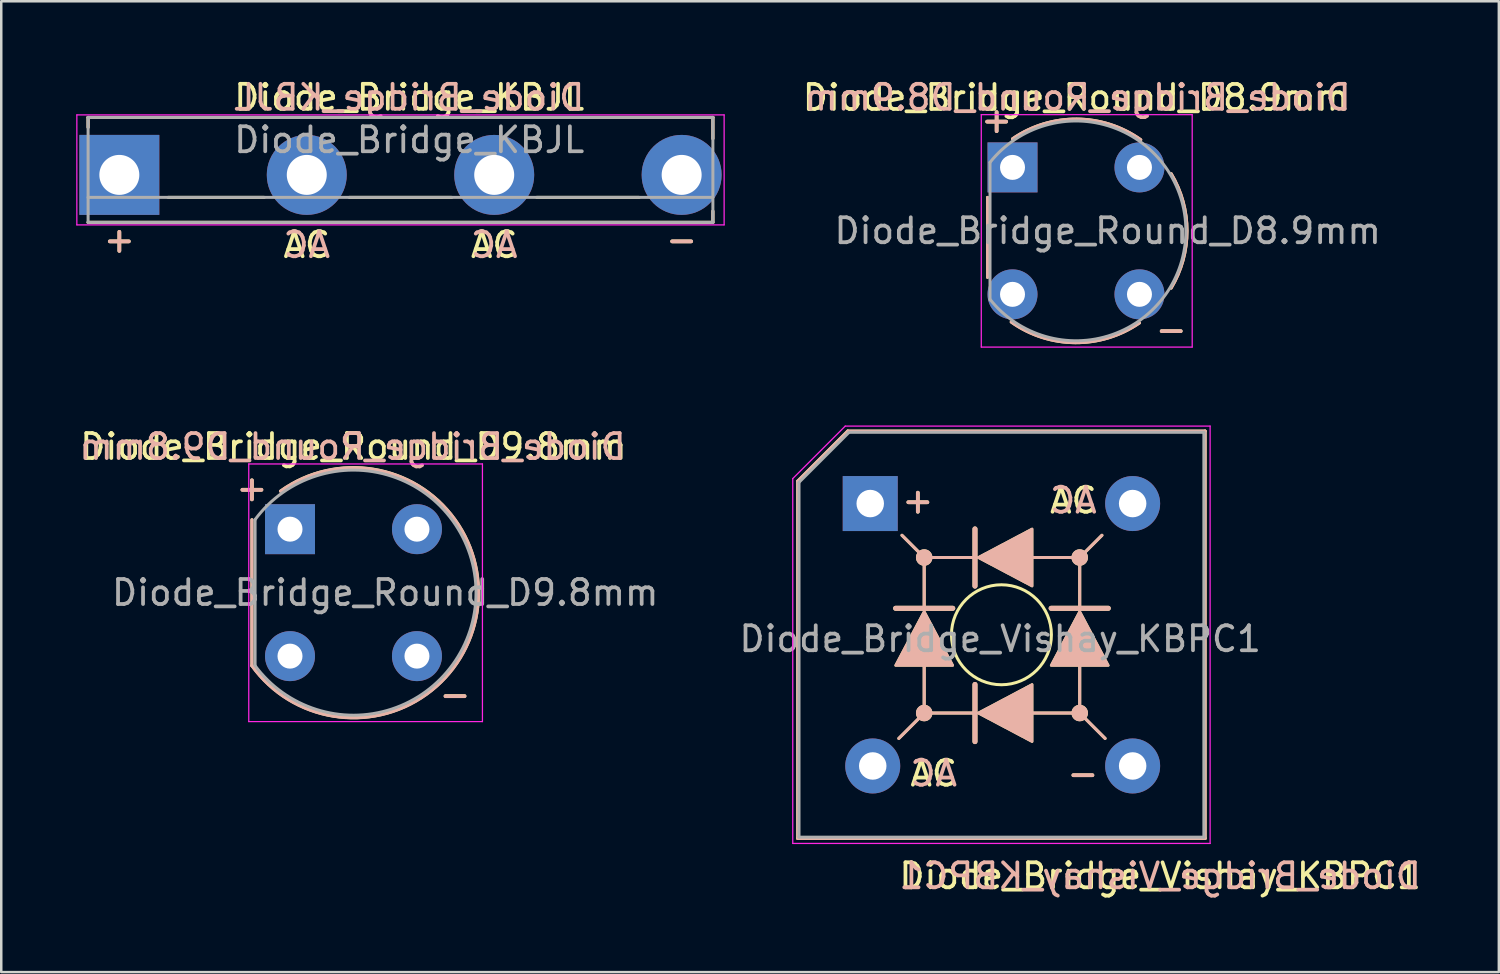
<source format=kicad_pcb>
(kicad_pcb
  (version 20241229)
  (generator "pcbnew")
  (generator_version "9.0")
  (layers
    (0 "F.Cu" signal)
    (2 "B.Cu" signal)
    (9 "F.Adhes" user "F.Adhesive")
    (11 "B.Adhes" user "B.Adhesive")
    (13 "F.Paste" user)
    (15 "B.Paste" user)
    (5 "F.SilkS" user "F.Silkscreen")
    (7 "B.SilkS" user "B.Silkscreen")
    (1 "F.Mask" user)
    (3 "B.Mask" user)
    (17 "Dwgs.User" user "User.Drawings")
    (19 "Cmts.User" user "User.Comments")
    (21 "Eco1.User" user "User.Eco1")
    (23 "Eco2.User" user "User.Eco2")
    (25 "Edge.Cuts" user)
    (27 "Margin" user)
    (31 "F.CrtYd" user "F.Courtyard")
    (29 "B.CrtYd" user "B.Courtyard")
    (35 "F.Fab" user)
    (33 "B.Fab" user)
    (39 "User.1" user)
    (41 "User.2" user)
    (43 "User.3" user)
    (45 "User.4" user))
  (footprint "Diode_Bridge_Vishay_KBPC1"
    (layer "F.Cu")
    (at 31.771 17.099)
    (property "Reference" "Diode_Bridge_Vishay_KBPC1" (at 11.6 14.9 180) (layer "F.SilkS") (effects (font (size 1 1) (thickness 0.15))))
    (fp_line (start -2.9 -0.9) (end -2.9 13.4) (stroke (width 0.12) (type solid)) (layer "F.SilkS"))
    (fp_line (start -2.9 13.4) (end 13.4 13.4) (stroke (width 0.12) (type solid)) (layer "F.SilkS"))
    (fp_line (start -0.9 -2.9) (end -2.9 -0.9) (stroke (width 0.12) (type solid)) (layer "F.SilkS"))
    (fp_line (start 1.143 9.398) (end 2.159 8.382) (stroke (width 0.12) (type solid)) (layer "F.SilkS"))
    (fp_line (start 1.27 1.27) (end 2.159 2.159) (stroke (width 0.12) (type solid)) (layer "F.SilkS"))
    (fp_line (start 2.159 4.191) (end 1.016 4.191) (stroke (width 0.2) (type solid)) (layer "F.SilkS"))
    (fp_line (start 2.159 4.191) (end 2.159 2.159) (stroke (width 0.12) (type solid)) (layer "F.SilkS"))
    (fp_line (start 2.159 8.128) (end 2.159 6.477) (stroke (width 0.12) (type solid)) (layer "F.SilkS"))
    (fp_line (start 3.302 4.191) (end 2.159 4.191) (stroke (width 0.2) (type solid)) (layer "F.SilkS"))
    (fp_line (start 4.191 1.016) (end 4.191 2.159) (stroke (width 0.2) (type solid)) (layer "F.SilkS"))
    (fp_line (start 4.191 2.159) (end 2.159 2.159) (stroke (width 0.12) (type solid)) (layer "F.SilkS"))
    (fp_line (start 4.191 2.159) (end 4.191 3.302) (stroke (width 0.2) (type solid)) (layer "F.SilkS"))
    (fp_line (start 4.191 7.239) (end 4.191 8.382) (stroke (width 0.2) (type solid)) (layer "F.SilkS"))
    (fp_line (start 4.191 8.382) (end 2.159 8.382) (stroke (width 0.12) (type solid)) (layer "F.SilkS"))
    (fp_line (start 4.191 8.382) (end 4.191 9.525) (stroke (width 0.2) (type solid)) (layer "F.SilkS"))
    (fp_line (start 8.128 2.159) (end 6.477 2.159) (stroke (width 0.12) (type solid)) (layer "F.SilkS"))
    (fp_line (start 8.292 8.382) (end 6.477 8.382) (stroke (width 0.12) (type solid)) (layer "F.SilkS"))
    (fp_line (start 8.382 4.191) (end 7.239 4.191) (stroke (width 0.2) (type solid)) (layer "F.SilkS"))
    (fp_line (start 8.382 4.191) (end 8.382 2.159) (stroke (width 0.12) (type solid)) (layer "F.SilkS"))
    (fp_line (start 8.382 8.382) (end 8.382 6.477) (stroke (width 0.12) (type solid)) (layer "F.SilkS"))
    (fp_line (start 9.271 1.27) (end 8.255 2.286) (stroke (width 0.12) (type solid)) (layer "F.SilkS"))
    (fp_line (start 9.398 9.398) (end 8.382 8.382) (stroke (width 0.12) (type solid)) (layer "F.SilkS"))
    (fp_line (start 9.525 4.191) (end 8.382 4.191) (stroke (width 0.2) (type solid)) (layer "F.SilkS"))
    (fp_line (start 13.4 -2.9) (end -0.9 -2.9) (stroke (width 0.12) (type solid)) (layer "F.SilkS"))
    (fp_line (start 13.4 13.4) (end 13.4 -2.9) (stroke (width 0.12) (type solid)) (layer "F.SilkS"))
    (fp_circle (center 2.159 2.159) (end 2.223 2.095) (stroke (width 0.12) (type solid)) (fill no) (layer "F.SilkS"))
    (fp_circle (center 2.159 2.159) (end 2.286 2.032) (stroke (width 0.12) (type solid)) (fill no) (layer "F.SilkS"))
    (fp_circle (center 2.159 2.159) (end 2.349 1.968) (stroke (width 0.12) (type solid)) (fill no) (layer "F.SilkS"))
    (fp_circle (center 2.159 8.382) (end 2.223 8.319) (stroke (width 0.12) (type solid)) (fill no) (layer "F.SilkS"))
    (fp_circle (center 2.159 8.382) (end 2.286 8.255) (stroke (width 0.12) (type solid)) (fill no) (layer "F.SilkS"))
    (fp_circle (center 2.159 8.382) (end 2.349 8.191) (stroke (width 0.12) (type solid)) (fill no) (layer "F.SilkS"))
    (fp_circle (center 5.25 5.25) (end 5.25 7.25) (stroke (width 0.12) (type solid)) (fill no) (layer "F.SilkS"))
    (fp_circle (center 8.382 2.159) (end 8.445 2.095) (stroke (width 0.12) (type solid)) (fill no) (layer "F.SilkS"))
    (fp_circle (center 8.382 2.159) (end 8.509 2.032) (stroke (width 0.12) (type solid)) (fill no) (layer "F.SilkS"))
    (fp_circle (center 8.382 2.159) (end 8.572 1.968) (stroke (width 0.12) (type solid)) (fill no) (layer "F.SilkS"))
    (fp_circle (center 8.382 8.382) (end 8.445 8.319) (stroke (width 0.12) (type solid)) (fill no) (layer "F.SilkS"))
    (fp_circle (center 8.382 8.382) (end 8.509 8.255) (stroke (width 0.12) (type solid)) (fill no) (layer "F.SilkS"))
    (fp_circle (center 8.382 8.382) (end 8.572 8.191) (stroke (width 0.12) (type solid)) (fill no) (layer "F.SilkS"))
    (fp_poly (pts (xy 3.302 6.477) (xy 1.016 6.477) (xy 2.159 4.318)) (stroke (width 0.1) (type solid)) (fill yes) (layer "F.SilkS"))
    (fp_poly (pts (xy 6.477 1.016) (xy 6.477 3.302) (xy 4.318 2.159)) (stroke (width 0.1) (type solid)) (fill yes) (layer "F.SilkS"))
    (fp_poly (pts (xy 6.477 7.239) (xy 6.477 9.525) (xy 4.318 8.382)) (stroke (width 0.1) (type solid)) (fill yes) (layer "F.SilkS"))
    (fp_poly (pts (xy 9.525 6.477) (xy 7.239 6.477) (xy 8.382 4.318)) (stroke (width 0.1) (type solid)) (fill yes) (layer "F.SilkS"))
    (fp_line (start -2.9 -0.9) (end -2.9 13.4) (stroke (width 0.12) (type solid)) (layer "B.SilkS"))
    (fp_line (start -2.9 13.4) (end 13.4 13.4) (stroke (width 0.12) (type solid)) (layer "B.SilkS"))
    (fp_line (start -0.9 -2.9) (end -2.9 -0.9) (stroke (width 0.12) (type solid)) (layer "B.SilkS"))
    (fp_line (start 1.143 9.398) (end 2.159 8.382) (stroke (width 0.12) (type solid)) (layer "B.SilkS"))
    (fp_line (start 1.27 1.27) (end 2.159 2.159) (stroke (width 0.12) (type solid)) (layer "B.SilkS"))
    (fp_line (start 2.159 4.191) (end 1.016 4.191) (stroke (width 0.2) (type solid)) (layer "B.SilkS"))
    (fp_line (start 2.159 4.191) (end 2.159 2.159) (stroke (width 0.12) (type solid)) (layer "B.SilkS"))
    (fp_line (start 2.159 8.128) (end 2.159 6.477) (stroke (width 0.12) (type solid)) (layer "B.SilkS"))
    (fp_line (start 3.302 4.191) (end 2.159 4.191) (stroke (width 0.2) (type solid)) (layer "B.SilkS"))
    (fp_line (start 4.191 1.016) (end 4.191 2.159) (stroke (width 0.2) (type solid)) (layer "B.SilkS"))
    (fp_line (start 4.191 2.159) (end 2.159 2.159) (stroke (width 0.12) (type solid)) (layer "B.SilkS"))
    (fp_line (start 4.191 2.159) (end 4.191 3.302) (stroke (width 0.2) (type solid)) (layer "B.SilkS"))
    (fp_line (start 4.191 7.239) (end 4.191 8.382) (stroke (width 0.2) (type solid)) (layer "B.SilkS"))
    (fp_line (start 4.191 8.382) (end 2.159 8.382) (stroke (width 0.12) (type solid)) (layer "B.SilkS"))
    (fp_line (start 4.191 8.382) (end 4.191 9.525) (stroke (width 0.2) (type solid)) (layer "B.SilkS"))
    (fp_line (start 8.128 2.159) (end 6.477 2.159) (stroke (width 0.12) (type solid)) (layer "B.SilkS"))
    (fp_line (start 8.292 8.382) (end 6.477 8.382) (stroke (width 0.12) (type solid)) (layer "B.SilkS"))
    (fp_line (start 8.382 4.191) (end 7.239 4.191) (stroke (width 0.2) (type solid)) (layer "B.SilkS"))
    (fp_line (start 8.382 4.191) (end 8.382 2.159) (stroke (width 0.12) (type solid)) (layer "B.SilkS"))
    (fp_line (start 8.382 8.382) (end 8.382 6.477) (stroke (width 0.12) (type solid)) (layer "B.SilkS"))
    (fp_line (start 9.271 1.27) (end 8.255 2.286) (stroke (width 0.12) (type solid)) (layer "B.SilkS"))
    (fp_line (start 9.398 9.398) (end 8.382 8.382) (stroke (width 0.12) (type solid)) (layer "B.SilkS"))
    (fp_line (start 9.525 4.191) (end 8.382 4.191) (stroke (width 0.2) (type solid)) (layer "B.SilkS"))
    (fp_line (start 13.4 -2.9) (end -0.9 -2.9) (stroke (width 0.12) (type solid)) (layer "B.SilkS"))
    (fp_line (start 13.4 13.4) (end 13.4 -2.9) (stroke (width 0.12) (type solid)) (layer "B.SilkS"))
    (fp_circle (center 2.159 2.159) (end 2.249 2.159) (stroke (width 0.12) (type solid)) (fill no) (layer "B.SilkS"))
    (fp_circle (center 2.159 2.159) (end 2.339 2.159) (stroke (width 0.12) (type solid)) (fill no) (layer "B.SilkS"))
    (fp_circle (center 2.159 2.159) (end 2.428 2.159) (stroke (width 0.12) (type solid)) (fill no) (layer "B.SilkS"))
    (fp_circle (center 2.159 8.382) (end 2.249 8.382) (stroke (width 0.12) (type solid)) (fill no) (layer "B.SilkS"))
    (fp_circle (center 2.159 8.382) (end 2.339 8.382) (stroke (width 0.12) (type solid)) (fill no) (layer "B.SilkS"))
    (fp_circle (center 2.159 8.382) (end 2.428 8.382) (stroke (width 0.12) (type solid)) (fill no) (layer "B.SilkS"))
    (fp_circle (center 8.382 2.159) (end 8.472 2.159) (stroke (width 0.12) (type solid)) (fill no) (layer "B.SilkS"))
    (fp_circle (center 8.382 2.159) (end 8.562 2.159) (stroke (width 0.12) (type solid)) (fill no) (layer "B.SilkS"))
    (fp_circle (center 8.382 2.159) (end 8.651 2.159) (stroke (width 0.12) (type solid)) (fill no) (layer "B.SilkS"))
    (fp_circle (center 8.382 8.382) (end 8.472 8.382) (stroke (width 0.12) (type solid)) (fill no) (layer "B.SilkS"))
    (fp_circle (center 8.382 8.382) (end 8.562 8.382) (stroke (width 0.12) (type solid)) (fill no) (layer "B.SilkS"))
    (fp_circle (center 8.382 8.382) (end 8.651 8.382) (stroke (width 0.12) (type solid)) (fill no) (layer "B.SilkS"))
    (fp_poly (pts (xy 3.302 6.477) (xy 1.016 6.477) (xy 2.159 4.318)) (stroke (width 0.1) (type solid)) (fill yes) (layer "B.SilkS"))
    (fp_poly (pts (xy 6.477 1.016) (xy 6.477 3.302) (xy 4.318 2.159)) (stroke (width 0.1) (type solid)) (fill yes) (layer "B.SilkS"))
    (fp_poly (pts (xy 6.477 7.239) (xy 6.477 9.525) (xy 4.318 8.382)) (stroke (width 0.1) (type solid)) (fill yes) (layer "B.SilkS"))
    (fp_poly (pts (xy 9.525 6.477) (xy 7.239 6.477) (xy 8.382 4.318)) (stroke (width 0.1) (type solid)) (fill yes) (layer "B.SilkS"))
    (fp_line (start -3.1 -1) (end -1 -3.1) (stroke (width 0.05) (type solid)) (layer "F.CrtYd"))
    (fp_line (start -3.1 13.6) (end -3.1 -1) (stroke (width 0.05) (type solid)) (layer "F.CrtYd"))
    (fp_line (start -1 -3.1) (end 13.6 -3.1) (stroke (width 0.05) (type solid)) (layer "F.CrtYd"))
    (fp_line (start 13.6 -3.1) (end 13.6 13.6) (stroke (width 0.05) (type solid)) (layer "F.CrtYd"))
    (fp_line (start 13.6 13.6) (end -3.1 13.6) (stroke (width 0.05) (type solid)) (layer "F.CrtYd"))
    (fp_line (start -2.85 -0.85) (end -0.85 -2.85) (stroke (width 0.12) (type solid)) (layer "F.Fab"))
    (fp_line (start -2.85 13.35) (end -2.85 -0.85) (stroke (width 0.12) (type solid)) (layer "F.Fab"))
    (fp_line (start -0.85 -2.85) (end 13.35 -2.85) (stroke (width 0.12) (type solid)) (layer "F.Fab"))
    (fp_line (start 13.35 -2.85) (end 13.35 13.35) (stroke (width 0.12) (type solid)) (layer "F.Fab"))
    (fp_line (start 13.35 13.35) (end -2.85 13.35) (stroke (width 0.12) (type solid)) (layer "F.Fab"))
    (fp_text user "AC" (at 2.54 10.795 0) (layer "F.SilkS") (effects (font (size 1 1) (thickness 0.15))))
    (fp_text user "+" (at 1.905 -0.127 0) (layer "F.SilkS") (effects (font (size 1 1) (thickness 0.15))))
    (fp_text user "-" (at 8.509 10.795 0) (layer "F.SilkS") (effects (font (size 1 1) (thickness 0.15))))
    (fp_text user "AC" (at 8.128 -0.127 0) (layer "F.SilkS") (effects (font (size 1 1) (thickness 0.15))))
    (fp_text user "-" (at 8.509 10.795 0) (layer "B.SilkS") (effects (font (size 1 1) (thickness 0.15)) (justify mirror)))
    (fp_text user "${REFERENCE}" (at 11.6 14.9 0) (layer "B.SilkS") (effects (font (size 1 1) (thickness 0.15)) (justify mirror)))
    (fp_text user "AC" (at 8.128 -0.127 0) (layer "B.SilkS") (effects (font (size 1 1) (thickness 0.15)) (justify mirror)))
    (fp_text user "+" (at 1.905 -0.127 0) (layer "B.SilkS") (effects (font (size 1 1) (thickness 0.15)) (justify mirror)))
    (fp_text user "AC" (at 2.54 10.795 0) (layer "B.SilkS") (effects (font (size 1 1) (thickness 0.15)) (justify mirror)))
    (fp_text user "${REFERENCE}" (at 5.2 5.415 180) (layer "F.Fab") (effects (font (size 1 1) (thickness 0.15))))
    (pad "1" thru_hole rect (at 0 0) (size 2.2 2.2) (drill 1.1) (layers "*.Cu" "*.Mask"))
    (pad "2" thru_hole circle (at 0.1 10.5) (size 2.2 2.2) (drill 1.1) (layers "*.Cu" "*.Mask"))
    (pad "3" thru_hole circle (at 10.5 10.5) (size 2.2 2.2) (drill 1.1) (layers "*.Cu" "*.Mask"))
    (pad "4" thru_hole circle (at 10.5 0) (size 2.2 2.2) (drill 1.1) (layers "*.Cu" "*.Mask")))
  (footprint "Diode_Bridge_KBJL"
    (layer "F.Cu")
    (at 1.725 3.948)
    (property "Reference" "Diode_Bridge_KBJL" (at 11.6 -3.1 0) (layer "F.SilkS") (effects (font (size 1 1) (thickness 0.15))))
    (fp_line (start -1.25 -2.3) (end -1.25 -1.9) (stroke (width 0.12) (type solid)) (layer "F.SilkS"))
    (fp_line (start -1.25 -2.3) (end 23.75 -2.3) (stroke (width 0.12) (type solid)) (layer "F.SilkS"))
    (fp_line (start 1.95 0.9) (end 5.8 0.9) (stroke (width 0.12) (type solid)) (layer "F.SilkS"))
    (fp_line (start 9.2 0.9) (end 13.3 0.9) (stroke (width 0.12) (type solid)) (layer "F.SilkS"))
    (fp_line (start 16.7 0.9) (end 20.8 0.9) (stroke (width 0.12) (type solid)) (layer "F.SilkS"))
    (fp_line (start 23.75 -2.3) (end 23.75 -1.45) (stroke (width 0.12) (type solid)) (layer "F.SilkS"))
    (fp_line (start 23.75 1.45) (end 23.75 1.9) (stroke (width 0.12) (type solid)) (layer "F.SilkS"))
    (fp_line (start 23.75 1.9) (end -1.25 1.9) (stroke (width 0.12) (type solid)) (layer "F.SilkS"))
    (fp_line (start -1.25 -2.3) (end -1.25 -1.9) (stroke (width 0.12) (type solid)) (layer "B.SilkS"))
    (fp_line (start -1.25 -2.3) (end 23.75 -2.3) (stroke (width 0.12) (type solid)) (layer "B.SilkS"))
    (fp_line (start 23.75 -2.3) (end 23.75 -1.45) (stroke (width 0.12) (type solid)) (layer "B.SilkS"))
    (fp_line (start 23.75 1.45) (end 23.75 1.9) (stroke (width 0.12) (type solid)) (layer "B.SilkS"))
    (fp_line (start 23.75 1.9) (end -1.25 1.9) (stroke (width 0.12) (type solid)) (layer "B.SilkS"))
    (fp_line (start -1.7 -2.4) (end -1.7 2) (stroke (width 0.05) (type solid)) (layer "F.CrtYd"))
    (fp_line (start -1.7 2) (end 24.2 2) (stroke (width 0.05) (type solid)) (layer "F.CrtYd"))
    (fp_line (start 24.2 -2.4) (end -1.7 -2.4) (stroke (width 0.05) (type solid)) (layer "F.CrtYd"))
    (fp_line (start 24.2 2) (end 24.2 -2.4) (stroke (width 0.05) (type solid)) (layer "F.CrtYd"))
    (fp_line (start -1.25 -2.3) (end -1.25 1.9) (stroke (width 0.12) (type solid)) (layer "F.Fab"))
    (fp_line (start -1.25 0.9) (end 23.75 0.9) (stroke (width 0.12) (type solid)) (layer "F.Fab"))
    (fp_line (start -1.25 1.9) (end 23.75 1.9) (stroke (width 0.12) (type solid)) (layer "F.Fab"))
    (fp_line (start 23.75 -2.3) (end -1.25 -2.3) (stroke (width 0.12) (type solid)) (layer "F.Fab"))
    (fp_line (start 23.75 1.9) (end 23.75 -2.3) (stroke (width 0.12) (type solid)) (layer "F.Fab"))
    (fp_text user "-" (at 22.5 2.586 0) (layer "F.SilkS") (effects (font (size 1 1) (thickness 0.15))))
    (fp_text user "AC" (at 15 2.8 0) (layer "F.SilkS") (effects (font (size 1 1) (thickness 0.15))))
    (fp_text user "+" (at 0 2.586 0) (layer "F.SilkS") (effects (font (size 1 1) (thickness 0.15))))
    (fp_text user "AC" (at 7.5 2.8 0) (layer "F.SilkS") (effects (font (size 1 1) (thickness 0.15))))
    (fp_text user "+" (at 0 2.586 0) (layer "B.SilkS") (effects (font (size 1 1) (thickness 0.15)) (justify mirror)))
    (fp_text user "AC" (at 7.5 2.8 0) (layer "B.SilkS") (effects (font (size 1 1) (thickness 0.15)) (justify mirror)))
    (fp_text user "${REFERENCE}" (at 11.6 -3.1 0) (layer "B.SilkS") (effects (font (size 1 1) (thickness 0.15)) (justify mirror)))
    (fp_text user "AC" (at 15 2.8 0) (layer "B.SilkS") (effects (font (size 1 1) (thickness 0.15)) (justify mirror)))
    (fp_text user "-" (at 22.5 2.586 0) (layer "B.SilkS") (effects (font (size 1 1) (thickness 0.15)) (justify mirror)))
    (fp_text user "${REFERENCE}" (at 11.6 -1.4 0) (layer "F.Fab") (effects (font (size 1 1) (thickness 0.15))))
    (pad "1" thru_hole rect (at 0 0 180) (size 3.2 3.2) (drill 1.6) (layers "*.Cu" "*.Mask"))
    (pad "2" thru_hole circle (at 7.5 0 180) (size 3.2 3.2) (drill 1.6) (layers "*.Cu" "*.Mask"))
    (pad "3" thru_hole circle (at 15 0 180) (size 3.2 3.2) (drill 1.6) (layers "*.Cu" "*.Mask"))
    (pad "4" thru_hole circle (at 22.5 0 180) (size 3.2 3.2) (drill 1.6) (layers "*.Cu" "*.Mask")))
  (footprint "Diode_Bridge_Round_D8.9mm"
    (layer "F.Cu")
    (at 37.464 3.648)
    (property "Reference" "Diode_Bridge_Round_D8.9mm" (at 2.54 -2.794 0) (layer "F.SilkS") (effects (font (size 1 1) (thickness 0.15))))
    (fp_line (start -1 1.2) (end -1 4.4) (stroke (width 0.12) (type solid)) (layer "F.SilkS"))
    (fp_arc (start 0 -1.143) (mid 2.571836 -1.933821) (end 5.132157 -1.106479) (stroke (width 0.12) (type solid)) (layer "F.SilkS"))
    (fp_arc (start 5.08 6.223) (mid 2.508164 7.013821) (end -0.052157 6.186479) (stroke (width 0.12) (type solid)) (layer "F.SilkS"))
    (fp_arc (start 6.35 0.254) (mid 6.983184 2.54281) (end 6.347105 4.830818) (stroke (width 0.12) (type solid)) (layer "F.SilkS"))
    (fp_line (start -1 1.2) (end -1 4.4) (stroke (width 0.12) (type solid)) (layer "B.SilkS"))
    (fp_arc (start 0 -1.143) (mid 2.571835 -1.933821) (end 5.132155 -1.106479) (stroke (width 0.12) (type solid)) (layer "B.SilkS"))
    (fp_arc (start 5.08 6.223) (mid 2.508165 7.013821) (end -0.052155 6.186479) (stroke (width 0.12) (type solid)) (layer "B.SilkS"))
    (fp_arc (start 6.35 0.254) (mid 6.983185 2.54281) (end 6.347106 4.830817) (stroke (width 0.12) (type solid)) (layer "B.SilkS"))
    (fp_line (start -1.25 -2.11) (end -1.25 7.19) (stroke (width 0.05) (type solid)) (layer "F.CrtYd"))
    (fp_line (start -1.25 -2.11) (end 7.19 -2.11) (stroke (width 0.05) (type solid)) (layer "F.CrtYd"))
    (fp_line (start 7.19 7.19) (end -1.25 7.19) (stroke (width 0.05) (type solid)) (layer "F.CrtYd"))
    (fp_line (start 7.19 7.19) (end 7.19 -2.11) (stroke (width 0.05) (type solid)) (layer "F.CrtYd"))
    (fp_line (start -0.9 -0.2) (end -0.9 5.3) (stroke (width 0.12) (type solid)) (layer "F.Fab"))
    (fp_arc (start -0.9 -0.2) (mid 6.937862 2.542896) (end -0.903606 5.275467) (stroke (width 0.12) (type solid)) (layer "F.Fab"))
    (fp_text user "+" (at -0.635 -1.905 0) (layer "F.SilkS") (effects (font (size 1 1) (thickness 0.15))))
    (fp_text user "-" (at 6.35 6.477 0) (layer "F.SilkS") (effects (font (size 1 1) (thickness 0.15))))
    (fp_text user "${REFERENCE}" (at 2.6 -2.8 0) (layer "B.SilkS") (effects (font (size 1 1) (thickness 0.15)) (justify mirror)))
    (fp_text user "-" (at 6.35 6.477 0) (layer "B.SilkS") (effects (font (size 1 1) (thickness 0.15)) (justify mirror)))
    (fp_text user "+" (at -0.635 -1.905 0) (layer "B.SilkS") (effects (font (size 1 1) (thickness 0.15)) (justify mirror)))
    (fp_text user "${REFERENCE}" (at 3.81 2.54 0) (layer "F.Fab") (effects (font (size 1 1) (thickness 0.15))))
    (pad "1" thru_hole rect (at 0 0) (size 2 2) (drill 1) (layers "*.Cu" "*.Mask"))
    (pad "2" thru_hole oval (at 0 5.08) (size 2 2) (drill 1) (layers "*.Cu" "*.Mask"))
    (pad "3" thru_hole oval (at 5.08 5.08) (size 2 2) (drill 1) (layers "*.Cu" "*.Mask"))
    (pad "4" thru_hole oval (at 5.08 0) (size 2 2) (drill 1) (layers "*.Cu" "*.Mask")))
  (footprint "Diode_Bridge_Round_D9.8mm"
    (layer "F.Cu")
    (at 8.554 18.124)
    (property "Reference" "Diode_Bridge_Round_D9.8mm" (at 2.54 -3.302 0) (layer "F.SilkS") (effects (font (size 1 1) (thickness 0.15))))
    (fp_line (start -1.524 -0.381) (end -1.524 5.461) (stroke (width 0.12) (type solid)) (layer "F.SilkS"))
    (fp_arc (start -0.381 -1.524) (mid 7.479141 3.348223) (end -1.524 5.461) (stroke (width 0.12) (type solid)) (layer "F.SilkS"))
    (fp_line (start -1.525 -0.375) (end -1.525 5.467) (stroke (width 0.12) (type solid)) (layer "B.SilkS"))
    (fp_arc (start -0.382 -1.518) (mid 7.478141 3.354223) (end -1.525 5.467) (stroke (width 0.12) (type solid)) (layer "B.SilkS"))
    (fp_line (start -1.65 -2.61) (end -1.65 7.7) (stroke (width 0.05) (type solid)) (layer "F.CrtYd"))
    (fp_line (start -1.65 -2.61) (end 7.7 -2.61) (stroke (width 0.05) (type solid)) (layer "F.CrtYd"))
    (fp_line (start 7.7 7.7) (end -1.65 7.7) (stroke (width 0.05) (type solid)) (layer "F.CrtYd"))
    (fp_line (start 7.7 7.7) (end 7.7 -2.61) (stroke (width 0.05) (type solid)) (layer "F.CrtYd"))
    (fp_line (start -1.397 5.461) (end -1.397 -0.381) (stroke (width 0.12) (type solid)) (layer "F.Fab"))
    (fp_arc (start -1.4 -0.38) (mid 7.444079 2.54366) (end -1.404354 5.454115) (stroke (width 0.12) (type solid)) (layer "F.Fab"))
    (fp_text user "-" (at 6.604 6.604 0) (layer "F.SilkS") (effects (font (size 1 1) (thickness 0.15))))
    (fp_text user "+" (at -1.524 -1.651 0) (layer "F.SilkS") (effects (font (size 1 1) (thickness 0.15))))
    (fp_text user "-" (at 6.603 6.61 0) (layer "B.SilkS") (effects (font (size 1 1) (thickness 0.15)) (justify mirror)))
    (fp_text user "${REFERENCE}" (at 2.5 -3.3 0) (layer "B.SilkS") (effects (font (size 1 1) (thickness 0.15)) (justify mirror)))
    (fp_text user "+" (at -1.525 -1.645 0) (layer "B.SilkS") (effects (font (size 1 1) (thickness 0.15)) (justify mirror)))
    (fp_text user "${REFERENCE}" (at 3.81 2.54 0) (layer "F.Fab") (effects (font (size 1 1) (thickness 0.15))))
    (pad "1" thru_hole rect (at 0 0) (size 2 2) (drill 1) (layers "*.Cu" "*.Mask"))
    (pad "2" thru_hole oval (at 0 5.08) (size 2 2) (drill 1) (layers "*.Cu" "*.Mask"))
    (pad "3" thru_hole oval (at 5.08 5.08) (size 2 2) (drill 1) (layers "*.Cu" "*.Mask"))
    (pad "4" thru_hole oval (at 5.08 0) (size 2 2) (drill 1) (layers "*.Cu" "*.Mask")))
  (gr_rect
    (start -3 -3)
    (end 56.924 35.847)
    (stroke (width 0.1) (type default))
    (fill no)
    (layer "Edge.Cuts")))
</source>
